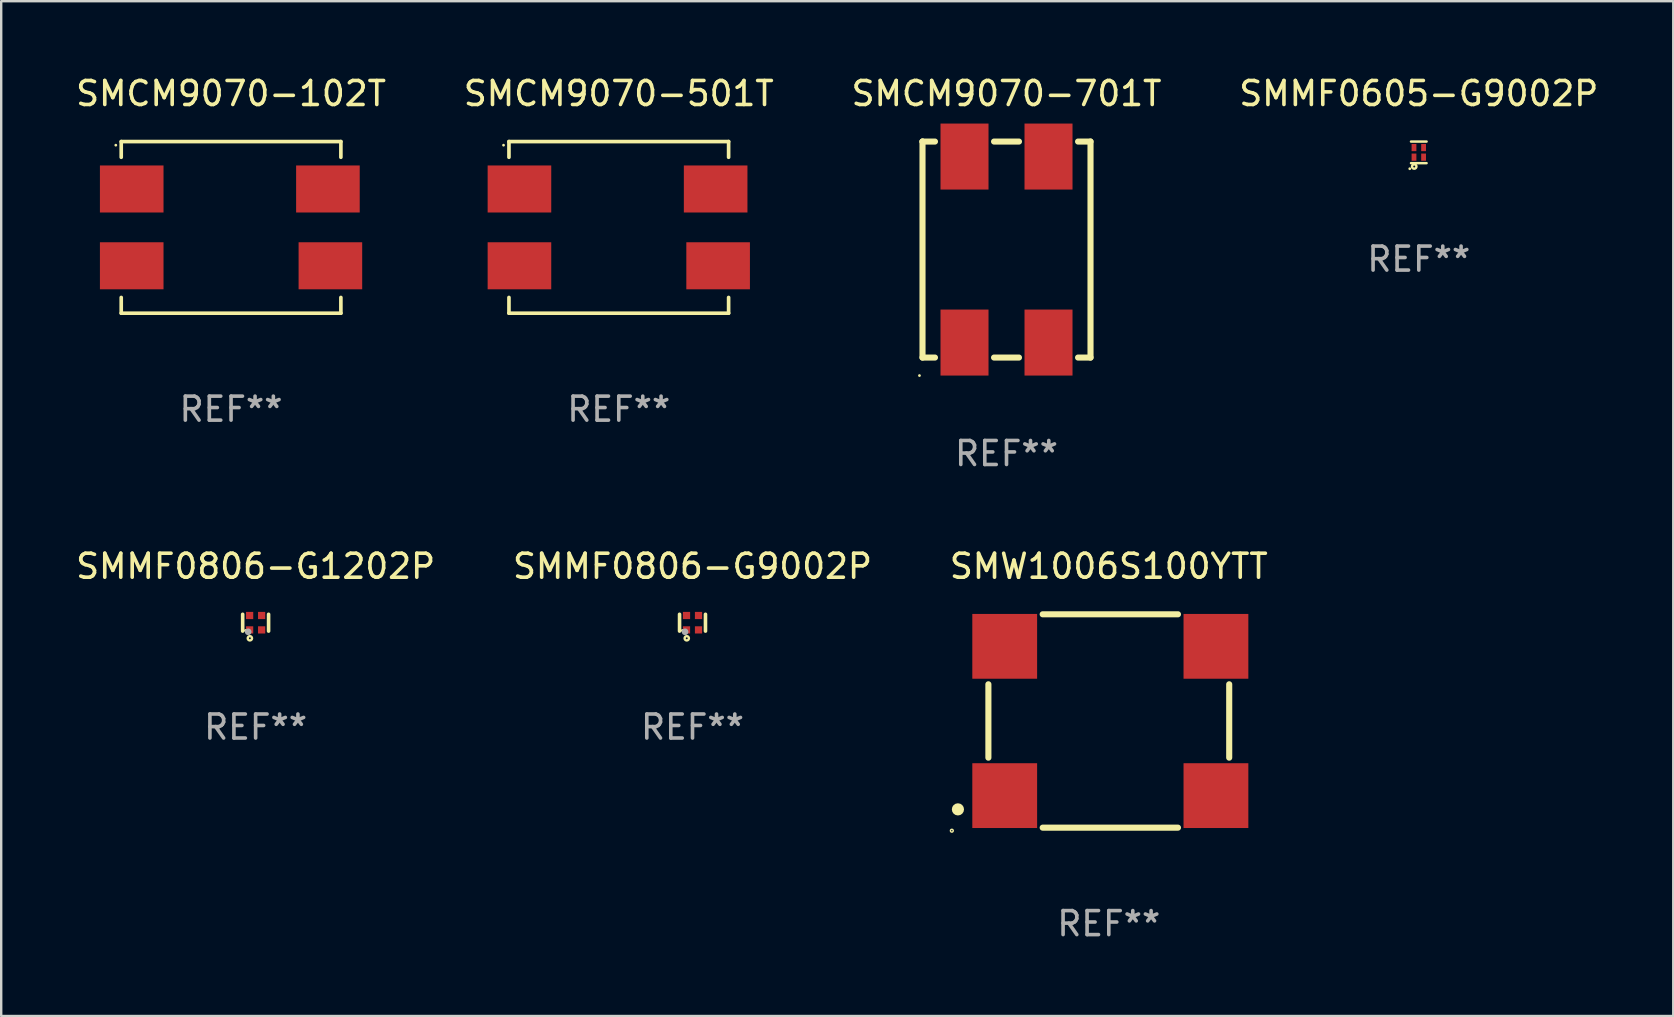
<source format=kicad_pcb>
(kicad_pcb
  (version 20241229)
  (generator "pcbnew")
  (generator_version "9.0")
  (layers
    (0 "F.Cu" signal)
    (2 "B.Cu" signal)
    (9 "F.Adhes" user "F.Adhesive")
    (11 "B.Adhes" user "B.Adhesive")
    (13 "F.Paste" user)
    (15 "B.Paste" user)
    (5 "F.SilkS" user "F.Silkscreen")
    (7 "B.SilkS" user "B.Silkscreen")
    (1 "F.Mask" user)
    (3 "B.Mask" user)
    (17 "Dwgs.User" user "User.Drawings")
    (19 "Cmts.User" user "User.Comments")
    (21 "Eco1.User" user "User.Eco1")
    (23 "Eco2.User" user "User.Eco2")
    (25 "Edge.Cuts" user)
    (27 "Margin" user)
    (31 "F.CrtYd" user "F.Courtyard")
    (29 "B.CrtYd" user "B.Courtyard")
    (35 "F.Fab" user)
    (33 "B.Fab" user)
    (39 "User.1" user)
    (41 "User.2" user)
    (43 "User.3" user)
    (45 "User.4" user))
  (footprint "SMMF0605-G9002P"
    (layer "F.Cu")
    (at 56.065 3.298)
    (property "Reference" "SMMF0605-G9002P" (at 0 -2.45 0) (layer "F.SilkS") (effects (font (size 1 1) (thickness 0.15))))
    (attr through_hole)
    (fp_line (start -0.325 -0.45) (end 0.325 -0.45) (stroke (width 0.102) (type solid)) (layer "F.SilkS"))
    (fp_line (start -0.325 0.45) (end 0.325 0.45) (stroke (width 0.102) (type solid)) (layer "F.SilkS"))
    (fp_circle (center -0.376 0.682) (end -0.346 0.682) (stroke (width 0.06) (type solid)) (fill no) (layer "F.SilkS"))
    (fp_circle (center -0.19 0.59) (end -0.149 0.59) (stroke (width 0.102) (type solid)) (fill no) (layer "F.SilkS"))
    (fp_text user "REF**" (at 0 4.45 0) (layer "F.Fab") (effects (font (size 1 1) (thickness 0.15))))
    (pad "1" smd rect (at -0.2 0.2 90) (size 0.3 0.2) (layers "F.Cu" "F.Mask" "F.Paste"))
    (pad "2" smd rect (at 0.2 0.2 90) (size 0.3 0.2) (layers "F.Cu" "F.Mask" "F.Paste"))
    (pad "3" smd rect (at 0.2 -0.2 90) (size 0.3 0.2) (layers "F.Cu" "F.Mask" "F.Paste"))
    (pad "4" smd rect (at -0.2 -0.2 90) (size 0.3 0.2) (layers "F.Cu" "F.Mask" "F.Paste")))
  (footprint "SMCM9070-102T"
    (layer "F.Cu")
    (at 6.577 6.424)
    (property "Reference" "SMCM9070-102T" (at 0 -5.576 0) (layer "F.SilkS") (effects (font (size 1 1) (thickness 0.15))))
    (attr through_hole)
    (fp_line (start -4.576 -3.576) (end 4.576 -3.576) (stroke (width 0.152) (type solid)) (layer "F.SilkS"))
    (fp_line (start -4.576 -2.921) (end -4.576 -3.576) (stroke (width 0.152) (type solid)) (layer "F.SilkS"))
    (fp_line (start -4.576 2.92) (end -4.576 3.576) (stroke (width 0.152) (type solid)) (layer "F.SilkS"))
    (fp_line (start -4.576 3.576) (end 4.576 3.576) (stroke (width 0.152) (type solid)) (layer "F.SilkS"))
    (fp_line (start 4.576 -3.576) (end 4.576 -2.921) (stroke (width 0.152) (type solid)) (layer "F.SilkS"))
    (fp_line (start 4.576 3.576) (end 4.576 2.92) (stroke (width 0.152) (type solid)) (layer "F.SilkS"))
    (fp_circle (center -4.802 -3.425) (end -4.772 -3.425) (stroke (width 0.06) (type solid)) (fill no) (layer "F.SilkS"))
    (fp_text user "REF**" (at 0 7.576 0) (layer "F.Fab") (effects (font (size 1 1) (thickness 0.15))))
    (pad "1" smd rect (at -4.139 -1.6 270) (size 1.96 2.65) (layers "F.Cu" "F.Mask" "F.Paste"))
    (pad "2" smd rect (at -4.139 1.6 270) (size 1.96 2.65) (layers "F.Cu" "F.Mask" "F.Paste"))
    (pad "3" smd rect (at 4.139 1.6 270) (size 1.96 2.65) (layers "F.Cu" "F.Mask" "F.Paste"))
    (pad "4" smd rect (at 4.036 -1.6 270) (size 1.96 2.65) (layers "F.Cu" "F.Mask" "F.Paste")))
  (footprint "SMCM9070-701T"
    (layer "F.Cu")
    (at 38.887 7.348)
    (property "Reference" "SMCM9070-701T" (at 0 -6.5 0) (layer "F.SilkS") (effects (font (size 1 1) (thickness 0.15))))
    (attr through_hole)
    (fp_line (start -3.5 -4.5) (end -3.5 -4.5) (stroke (width 0.254) (type solid)) (layer "F.SilkS"))
    (fp_line (start -3.5 -4.5) (end -3.5 4.5) (stroke (width 0.254) (type solid)) (layer "F.SilkS"))
    (fp_line (start -3.5 -4.5) (end -2.981 -4.5) (stroke (width 0.254) (type solid)) (layer "F.SilkS"))
    (fp_line (start -2.981 4.5) (end -3.5 4.5) (stroke (width 0.254) (type solid)) (layer "F.SilkS"))
    (fp_line (start -0.519 -4.5) (end 0.519 -4.5) (stroke (width 0.254) (type solid)) (layer "F.SilkS"))
    (fp_line (start 0.519 4.5) (end -0.519 4.5) (stroke (width 0.254) (type solid)) (layer "F.SilkS"))
    (fp_line (start 2.981 -4.5) (end 3.5 -4.5) (stroke (width 0.254) (type solid)) (layer "F.SilkS"))
    (fp_line (start 3.5 -4.5) (end 3.5 4.5) (stroke (width 0.254) (type solid)) (layer "F.SilkS"))
    (fp_line (start 3.5 4.5) (end 2.981 4.5) (stroke (width 0.254) (type solid)) (layer "F.SilkS"))
    (fp_circle (center -3.627 5.25) (end -3.597 5.25) (stroke (width 0.06) (type solid)) (fill no) (layer "F.SilkS"))
    (fp_text user "REF**" (at 0 8.5 0) (layer "F.Fab") (effects (font (size 1 1) (thickness 0.15))))
    (pad "1" smd rect (at -1.75 3.875) (size 2 2.75) (layers "F.Cu" "F.Mask" "F.Paste"))
    (pad "2" smd rect (at 1.75 3.875) (size 2 2.75) (layers "F.Cu" "F.Mask" "F.Paste"))
    (pad "3" smd rect (at 1.75 -3.875) (size 2 2.75) (layers "F.Cu" "F.Mask" "F.Paste"))
    (pad "4" smd rect (at -1.75 -3.875) (size 2 2.75) (layers "F.Cu" "F.Mask" "F.Paste")))
  (footprint "SMW1006S100YTT"
    (layer "F.Cu")
    (at 43.149 26.99)
    (property "Reference" "SMW1006S100YTT" (at 0 -6.445 0) (layer "F.SilkS") (effects (font (size 1 1) (thickness 0.15))))
    (attr through_hole)
    (fp_line (start -5.017 -1.529) (end -5.017 1.529) (stroke (width 0.254) (type solid)) (layer "F.SilkS"))
    (fp_line (start -2.755 -4.445) (end 2.882 -4.445) (stroke (width 0.254) (type solid)) (layer "F.SilkS"))
    (fp_line (start -2.755 4.445) (end 2.882 4.445) (stroke (width 0.254) (type solid)) (layer "F.SilkS"))
    (fp_line (start 5.017 -1.529) (end 5.017 1.529) (stroke (width 0.254) (type solid)) (layer "F.SilkS"))
    (fp_circle (center -6.54 4.572) (end -6.511 4.572) (stroke (width 0.06) (type solid)) (fill no) (layer "F.SilkS"))
    (fp_circle (center -6.286 3.683) (end -6.159 3.683) (stroke (width 0.254) (type solid)) (fill no) (layer "F.SilkS"))
    (fp_text user "REF**" (at 0 8.445 0) (layer "F.Fab") (effects (font (size 1 1) (thickness 0.15))))
    (pad "1" smd rect (at -4.337 3.11) (size 2.7 2.7) (layers "F.Cu" "F.Mask" "F.Paste"))
    (pad "2" smd rect (at 4.464 3.11) (size 2.7 2.7) (layers "F.Cu" "F.Mask" "F.Paste"))
    (pad "3" smd rect (at 4.464 -3.11) (size 2.7 2.7) (layers "F.Cu" "F.Mask" "F.Paste"))
    (pad "4" smd rect (at -4.337 -3.11) (size 2.7 2.7) (layers "F.Cu" "F.Mask" "F.Paste")))
  (footprint "SMCM9070-501T"
    (layer "F.Cu")
    (at 22.732 6.424)
    (property "Reference" "SMCM9070-501T" (at 0 -5.576 0) (layer "F.SilkS") (effects (font (size 1 1) (thickness 0.15))))
    (attr through_hole)
    (fp_line (start -4.576 -3.576) (end 4.576 -3.576) (stroke (width 0.152) (type solid)) (layer "F.SilkS"))
    (fp_line (start -4.576 -2.921) (end -4.576 -3.576) (stroke (width 0.152) (type solid)) (layer "F.SilkS"))
    (fp_line (start -4.576 2.92) (end -4.576 3.576) (stroke (width 0.152) (type solid)) (layer "F.SilkS"))
    (fp_line (start -4.576 3.576) (end 4.576 3.576) (stroke (width 0.152) (type solid)) (layer "F.SilkS"))
    (fp_line (start 4.576 -3.576) (end 4.576 -2.921) (stroke (width 0.152) (type solid)) (layer "F.SilkS"))
    (fp_line (start 4.576 3.576) (end 4.576 2.92) (stroke (width 0.152) (type solid)) (layer "F.SilkS"))
    (fp_circle (center -4.802 -3.425) (end -4.772 -3.425) (stroke (width 0.06) (type solid)) (fill no) (layer "F.SilkS"))
    (fp_text user "REF**" (at 0 7.576 0) (layer "F.Fab") (effects (font (size 1 1) (thickness 0.15))))
    (pad "1" smd rect (at -4.139 -1.6 270) (size 1.96 2.65) (layers "F.Cu" "F.Mask" "F.Paste"))
    (pad "2" smd rect (at -4.139 1.6 270) (size 1.96 2.65) (layers "F.Cu" "F.Mask" "F.Paste"))
    (pad "3" smd rect (at 4.139 1.6 270) (size 1.96 2.65) (layers "F.Cu" "F.Mask" "F.Paste"))
    (pad "4" smd rect (at 4.036 -1.6 270) (size 1.96 2.65) (layers "F.Cu" "F.Mask" "F.Paste")))
  (footprint "SMMF0806-G9002P"
    (layer "F.Cu")
    (at 25.804 22.895)
    (property "Reference" "SMMF0806-G9002P" (at 0 -2.35 0) (layer "F.SilkS") (effects (font (size 1 1) (thickness 0.15))))
    (attr through_hole)
    (fp_line (start -0.54 -0.35) (end -0.54 0.35) (stroke (width 0.15) (type solid)) (layer "F.SilkS"))
    (fp_line (start 0.54 -0.35) (end 0.54 0.35) (stroke (width 0.15) (type solid)) (layer "F.SilkS"))
    (fp_circle (center -0.425 0.325) (end -0.395 0.325) (stroke (width 0.06) (type solid)) (fill no) (layer "F.SilkS"))
    (fp_circle (center -0.24 0.65) (end -0.15 0.65) (stroke (width 0.1) (type solid)) (fill no) (layer "F.SilkS"))
    (fp_circle (center -0.31 0.38) (end -0.24 0.38) (stroke (width 0.14) (type solid)) (fill no) (layer "F.Fab"))
    (fp_text user "REF**" (at 0 4.35 0) (layer "F.Fab") (effects (font (size 1 1) (thickness 0.15))))
    (pad "1" smd rect (at -0.25 0.3 90) (size 0.3 0.3) (layers "F.Cu" "F.Mask" "F.Paste"))
    (pad "2" smd rect (at 0.25 0.3 90) (size 0.3 0.3) (layers "F.Cu" "F.Mask" "F.Paste"))
    (pad "3" smd rect (at 0.25 -0.3 90) (size 0.3 0.3) (layers "F.Cu" "F.Mask" "F.Paste"))
    (pad "4" smd rect (at -0.25 -0.3 90) (size 0.3 0.3) (layers "F.Cu" "F.Mask" "F.Paste")))
  (footprint "SMMF0806-G1202P"
    (layer "F.Cu")
    (at 7.601 22.895)
    (property "Reference" "SMMF0806-G1202P" (at 0 -2.35 0) (layer "F.SilkS") (effects (font (size 1 1) (thickness 0.15))))
    (attr through_hole)
    (fp_line (start -0.54 -0.35) (end -0.54 0.35) (stroke (width 0.15) (type solid)) (layer "F.SilkS"))
    (fp_line (start 0.54 -0.35) (end 0.54 0.35) (stroke (width 0.15) (type solid)) (layer "F.SilkS"))
    (fp_circle (center -0.425 0.325) (end -0.395 0.325) (stroke (width 0.06) (type solid)) (fill no) (layer "F.SilkS"))
    (fp_circle (center -0.24 0.65) (end -0.15 0.65) (stroke (width 0.1) (type solid)) (fill no) (layer "F.SilkS"))
    (fp_circle (center -0.31 0.38) (end -0.24 0.38) (stroke (width 0.14) (type solid)) (fill no) (layer "F.Fab"))
    (fp_text user "REF**" (at 0 4.35 0) (layer "F.Fab") (effects (font (size 1 1) (thickness 0.15))))
    (pad "1" smd rect (at -0.25 0.3 90) (size 0.3 0.3) (layers "F.Cu" "F.Mask" "F.Paste"))
    (pad "2" smd rect (at 0.25 0.3 90) (size 0.3 0.3) (layers "F.Cu" "F.Mask" "F.Paste"))
    (pad "3" smd rect (at 0.25 -0.3 90) (size 0.3 0.3) (layers "F.Cu" "F.Mask" "F.Paste"))
    (pad "4" smd rect (at -0.25 -0.3 90) (size 0.3 0.3) (layers "F.Cu" "F.Mask" "F.Paste")))
  (gr_rect
    (start -3 -3)
    (end 66.667 39.283)
    (stroke (width 0.1) (type default))
    (fill no)
    (layer "Edge.Cuts")))
</source>
